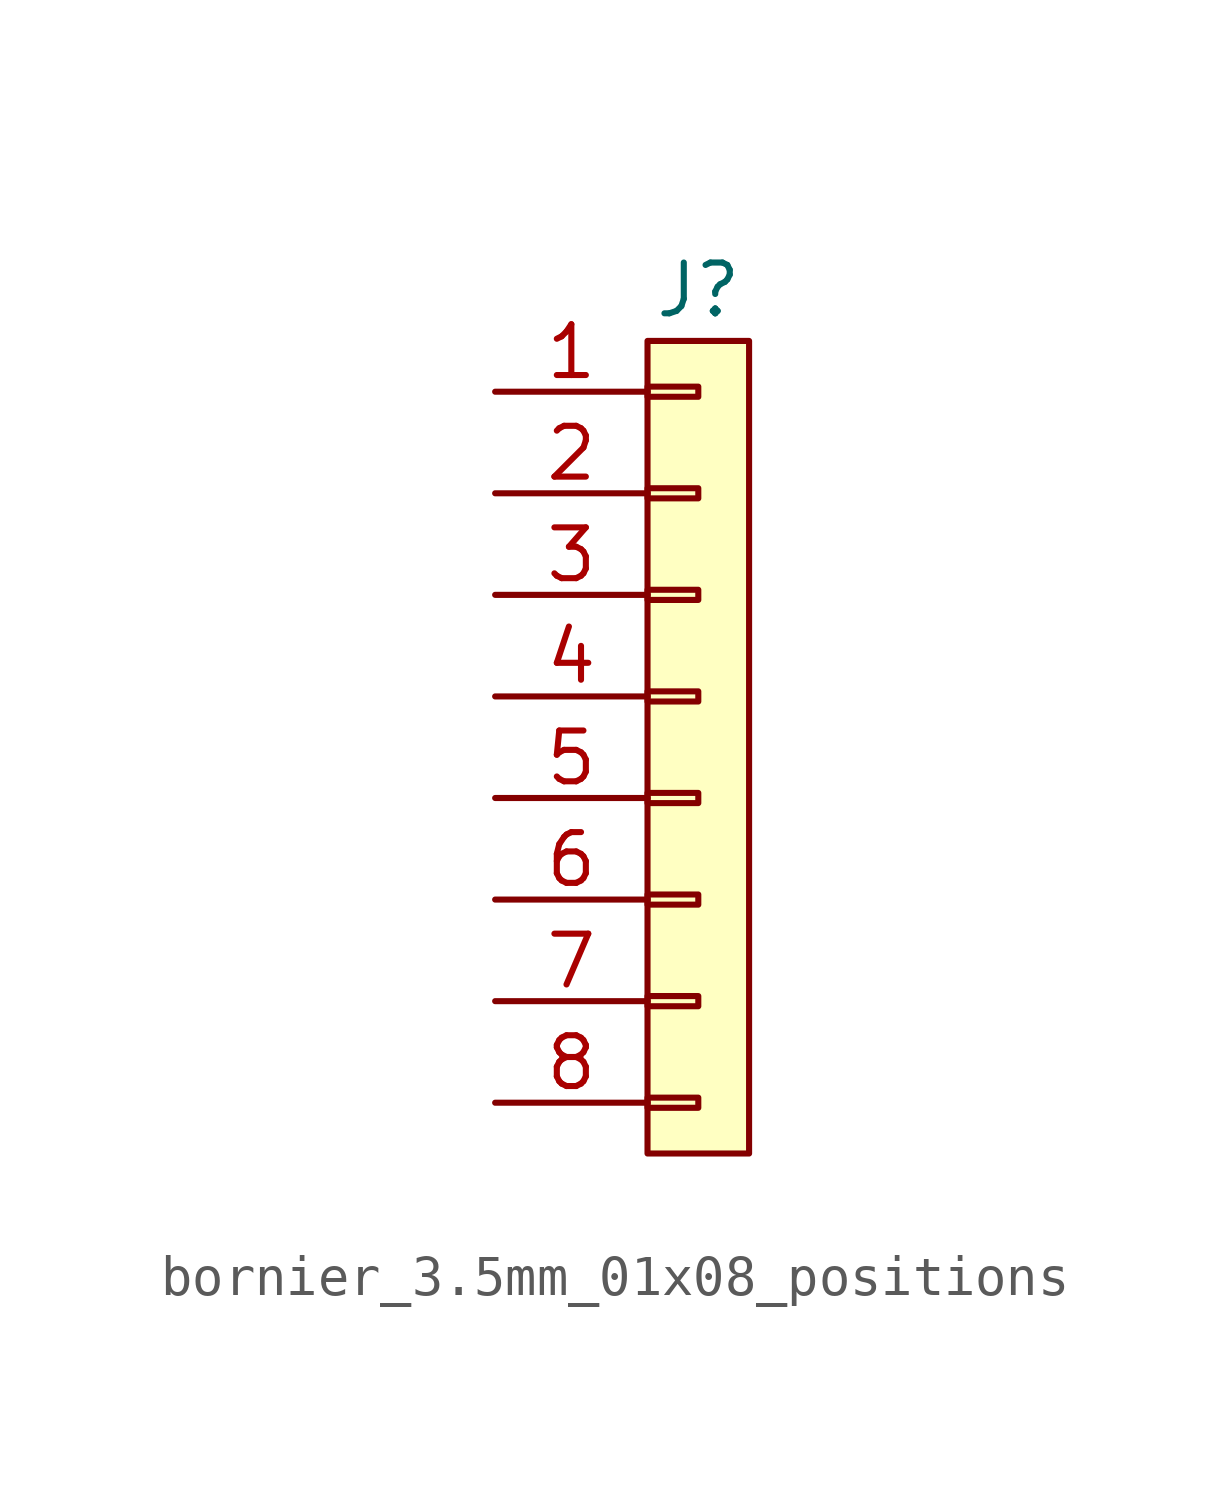
<source format=kicad_sym>
(kicad_symbol_lib
  (version 20211014)
  (generator kicad_symbol_editor)
  (symbol "bornier_3.5mm_01x08_positions"
    (pin_names
      (offset 1.016) hide)
    (property "Reference" "J"
      (at 0 15.24 0)
      (effects (font (size 1.27 1.27))))
    (symbol "bornier_3.5mm_01x08_positions_0_1"
      (rectangle (start -1.27 13.97) (end 1.27 -6.35) (stroke (width 0) (type default) (color 0 0 0 0)) (fill (type background))))
    (symbol "bornier_3.5mm_01x08_positions_1_1"
      (rectangle (start -1.27 -4.953) (end 0 -5.207) (stroke (width 0.152) (type default) (color 0 0 0 0)) (fill (type none)))
      (rectangle (start -1.27 -2.413) (end 0 -2.667) (stroke (width 0.152) (type default) (color 0 0 0 0)) (fill (type none)))
      (rectangle (start -1.27 0.127) (end 0 -0.127) (stroke (width 0.152) (type default) (color 0 0 0 0)) (fill (type none)))
      (rectangle (start -1.27 2.667) (end 0 2.413) (stroke (width 0.152) (type default) (color 0 0 0 0)) (fill (type none)))
      (rectangle (start -1.27 5.207) (end 0 4.953) (stroke (width 0.152) (type default) (color 0 0 0 0)) (fill (type none)))
      (rectangle (start -1.27 7.747) (end 0 7.493) (stroke (width 0.152) (type default) (color 0 0 0 0)) (fill (type none)))
      (rectangle (start -1.27 10.287) (end 0 10.033) (stroke (width 0.152) (type default) (color 0 0 0 0)) (fill (type none)))
      (rectangle (start -1.27 12.827) (end 0 12.573) (stroke (width 0.152) (type default) (color 0 0 0 0)) (fill (type none)))
      (pin passive line (at -5.08 12.7 0) (length 3.81) (name "Pin_1" (effects (font (size 1.27 1.27)))) (number "1" (effects (font (size 1.27 1.27)))))
      (pin passive line (at -5.08 10.16 0) (length 3.81) (name "Pin_2" (effects (font (size 1.27 1.27)))) (number "2" (effects (font (size 1.27 1.27)))))
      (pin passive line (at -5.08 7.62 0) (length 3.81) (name "Pin_3" (effects (font (size 1.27 1.27)))) (number "3" (effects (font (size 1.27 1.27)))))
      (pin passive line (at -5.08 5.08 0) (length 3.81) (name "Pin_4" (effects (font (size 1.27 1.27)))) (number "4" (effects (font (size 1.27 1.27)))))
      (pin passive line (at -5.08 2.54 0) (length 3.81) (name "Pin_5" (effects (font (size 1.27 1.27)))) (number "5" (effects (font (size 1.27 1.27)))))
      (pin passive line (at -5.08 0 0) (length 3.81) (name "Pin_6" (effects (font (size 1.27 1.27)))) (number "6" (effects (font (size 1.27 1.27)))))
      (pin passive line (at -5.08 -2.54 0) (length 3.81) (name "Pin_7" (effects (font (size 1.27 1.27)))) (number "7" (effects (font (size 1.27 1.27)))))
      (pin passive line (at -5.08 -5.08 0) (length 3.81) (name "Pin_8" (effects (font (size 1.27 1.27)))) (number "8" (effects (font (size 1.27 1.27))))))))
</source>
